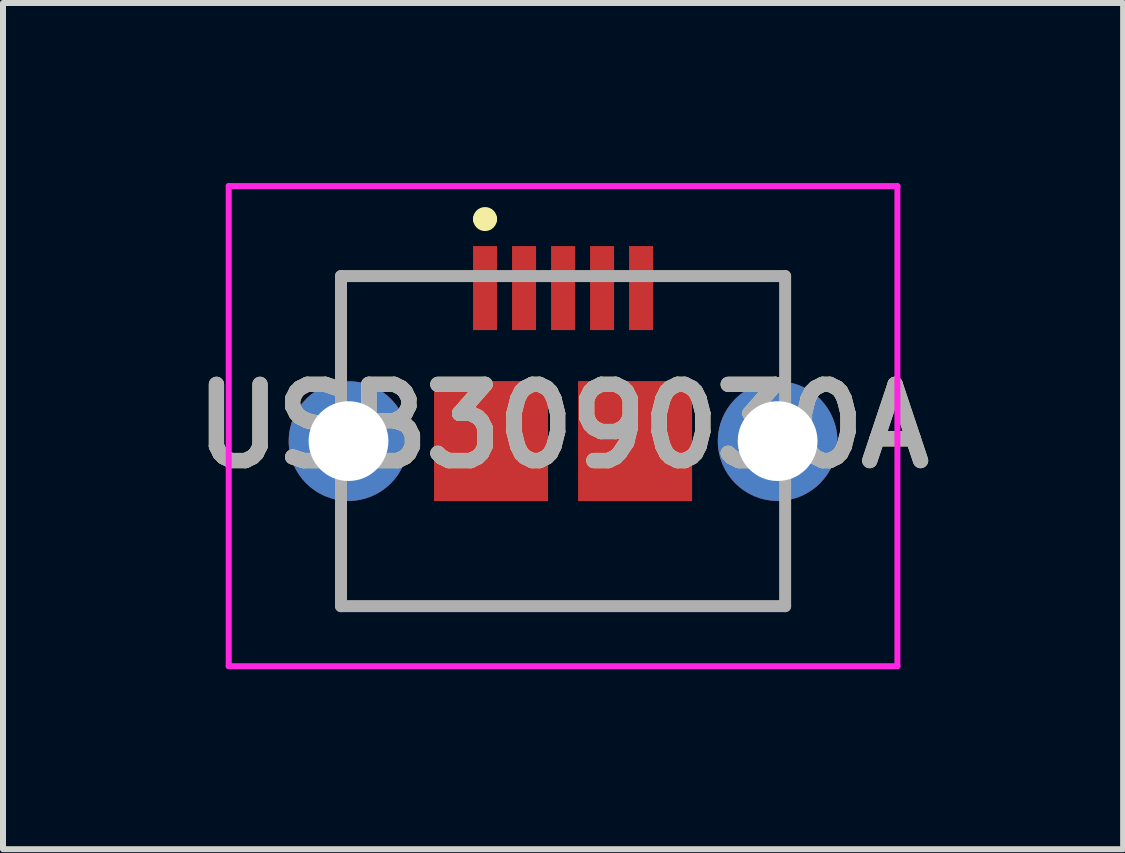
<source format=kicad_pcb>
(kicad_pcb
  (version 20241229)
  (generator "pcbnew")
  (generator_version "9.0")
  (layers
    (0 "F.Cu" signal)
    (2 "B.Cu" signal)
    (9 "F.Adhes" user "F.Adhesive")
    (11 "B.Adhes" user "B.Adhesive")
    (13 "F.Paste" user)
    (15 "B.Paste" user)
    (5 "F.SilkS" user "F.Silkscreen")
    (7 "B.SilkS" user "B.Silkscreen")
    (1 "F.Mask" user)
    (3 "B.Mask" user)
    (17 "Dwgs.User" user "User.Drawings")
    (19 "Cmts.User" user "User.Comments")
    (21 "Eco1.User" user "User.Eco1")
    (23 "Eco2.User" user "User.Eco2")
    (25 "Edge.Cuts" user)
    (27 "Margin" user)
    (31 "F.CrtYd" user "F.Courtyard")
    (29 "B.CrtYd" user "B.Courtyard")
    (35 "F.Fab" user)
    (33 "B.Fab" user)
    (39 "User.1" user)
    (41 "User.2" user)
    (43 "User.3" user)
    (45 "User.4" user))
  (footprint "USB309030A"
    (layer "F.Cu")
    (at 6.332 4.3)
    (property "Reference" "USB309030A" (at 0 -0.25 0) (layer "F.SilkS") (effects (font (size 1.27 1.27) (thickness 0.254))))
    (attr through_hole)
    (fp_line (start -3.7 -2.75) (end -1.95 -2.75) (stroke (width 0.1) (type solid)) (layer "F.SilkS"))
    (fp_line (start -3.7 -1.3) (end -3.7 -2.75) (stroke (width 0.1) (type solid)) (layer "F.SilkS"))
    (fp_line (start -3.7 1.3) (end -3.7 2.75) (stroke (width 0.1) (type solid)) (layer "F.SilkS"))
    (fp_line (start -3.7 2.75) (end 3.7 2.75) (stroke (width 0.1) (type solid)) (layer "F.SilkS"))
    (fp_line (start -1.4 -3.7) (end -1.4 -3.7) (stroke (width 0.2) (type solid)) (layer "F.SilkS"))
    (fp_line (start -1.2 -3.7) (end -1.2 -3.7) (stroke (width 0.2) (type solid)) (layer "F.SilkS"))
    (fp_line (start 1.95 -2.75) (end 3.7 -2.75) (stroke (width 0.1) (type solid)) (layer "F.SilkS"))
    (fp_line (start 3.7 -2.75) (end 3.7 -1.3) (stroke (width 0.1) (type solid)) (layer "F.SilkS"))
    (fp_line (start 3.7 2.75) (end 3.7 1.3) (stroke (width 0.1) (type solid)) (layer "F.SilkS"))
    (fp_arc (start -1.4 -3.7) (mid -1.3 -3.8) (end -1.2 -3.7) (stroke (width 0.2) (type solid)) (layer "F.SilkS"))
    (fp_arc (start -1.2 -3.7) (mid -1.3 -3.6) (end -1.4 -3.7) (stroke (width 0.2) (type solid)) (layer "F.SilkS"))
    (fp_line (start -5.571 -4.25) (end 5.571 -4.25) (stroke (width 0.1) (type solid)) (layer "F.CrtYd"))
    (fp_line (start -5.571 3.75) (end -5.571 -4.25) (stroke (width 0.1) (type solid)) (layer "F.CrtYd"))
    (fp_line (start 5.571 -4.25) (end 5.571 3.75) (stroke (width 0.1) (type solid)) (layer "F.CrtYd"))
    (fp_line (start 5.571 3.75) (end -5.571 3.75) (stroke (width 0.1) (type solid)) (layer "F.CrtYd"))
    (fp_line (start -3.7 -2.75) (end 3.7 -2.75) (stroke (width 0.2) (type solid)) (layer "F.Fab"))
    (fp_line (start -3.7 2.75) (end -3.7 -2.75) (stroke (width 0.2) (type solid)) (layer "F.Fab"))
    (fp_line (start 3.7 -2.75) (end 3.7 2.75) (stroke (width 0.2) (type solid)) (layer "F.Fab"))
    (fp_line (start 3.7 2.75) (end -3.7 2.75) (stroke (width 0.2) (type solid)) (layer "F.Fab"))
    (fp_text user "${REFERENCE}" (at 0 -0.25 0) (layer "F.Fab") (effects (font (size 1.27 1.27) (thickness 0.254))))
    (pad "1" smd rect (at -1.3 -2.55) (size 0.4 1.4) (layers "F.Cu" "F.Mask" "F.Paste"))
    (pad "2" smd rect (at -0.65 -2.55) (size 0.4 1.4) (layers "F.Cu" "F.Mask" "F.Paste"))
    (pad "3" smd rect (at 0 -2.55) (size 0.4 1.4) (layers "F.Cu" "F.Mask" "F.Paste"))
    (pad "4" smd rect (at 0.65 -2.55) (size 0.4 1.4) (layers "F.Cu" "F.Mask" "F.Paste"))
    (pad "5" smd rect (at 1.3 -2.55) (size 0.4 1.4) (layers "F.Cu" "F.Mask" "F.Paste"))
    (pad "6" smd rect (at -1.2 0) (size 1.9 2) (layers "F.Cu" "F.Mask" "F.Paste"))
    (pad "7" smd rect (at 1.2 0) (size 1.9 2) (layers "F.Cu" "F.Mask" "F.Paste"))
    (pad "8" thru_hole circle (at -3.575 0) (size 1.993 1.993) (drill 1.329) (layers "*.Cu" "*.Mask"))
    (pad "9" thru_hole circle (at 3.575 0) (size 1.993 1.993) (drill 1.329) (layers "*.Cu" "*.Mask")))
  (gr_rect
    (start -3 -3)
    (end 15.664 11.1)
    (stroke (width 0.1) (type default))
    (fill no)
    (layer "Edge.Cuts")))
</source>
